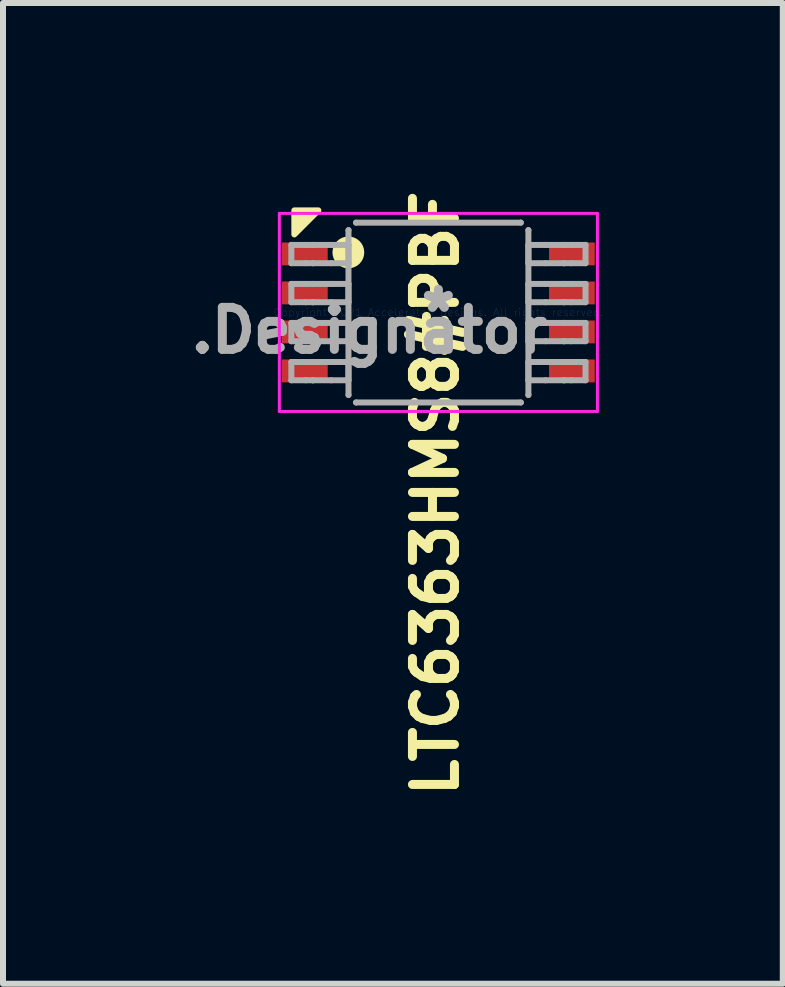
<source format=kicad_pcb>
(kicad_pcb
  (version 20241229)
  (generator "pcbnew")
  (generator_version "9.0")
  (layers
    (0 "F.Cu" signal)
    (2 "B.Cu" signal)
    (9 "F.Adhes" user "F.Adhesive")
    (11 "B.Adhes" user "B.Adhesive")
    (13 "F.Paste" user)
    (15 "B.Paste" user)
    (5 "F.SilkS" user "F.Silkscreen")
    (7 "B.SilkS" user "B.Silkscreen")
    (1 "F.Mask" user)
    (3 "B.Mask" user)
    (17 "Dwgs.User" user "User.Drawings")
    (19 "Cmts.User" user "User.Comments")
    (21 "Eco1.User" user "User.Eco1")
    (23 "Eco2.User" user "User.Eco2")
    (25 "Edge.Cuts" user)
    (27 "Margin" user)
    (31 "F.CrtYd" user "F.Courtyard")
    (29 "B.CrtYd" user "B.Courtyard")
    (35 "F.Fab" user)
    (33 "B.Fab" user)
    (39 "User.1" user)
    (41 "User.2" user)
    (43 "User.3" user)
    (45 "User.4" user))
  (footprint "LTC6363HMS8#PBF"
    (layer "F.Cu")
    (at 4.255 2.156)
    (property "Reference" "LTC6363HMS8#PBF" (at -0.048 3.016 270) (layer "F.SilkS") (effects (font (size 0.7 0.7) (thickness 0.15))))
    (attr through_hole)
    (fp_circle (center -1.5 -1) (end -1.35 -1) (stroke (width 0.23) (type default)) (fill no) (layer "F.SilkS"))
    (fp_poly (pts (xy -2.4 -1.3) (xy -2.4 -1.7) (xy -2 -1.7)) (stroke (width 0.1) (type solid)) (fill yes) (layer "F.SilkS"))
    (fp_line (start -2.65 -1.65) (end 2.65 -1.65) (stroke (width 0.05) (type solid)) (layer "F.CrtYd"))
    (fp_line (start -2.65 1.65) (end -2.65 -1.65) (stroke (width 0.05) (type solid)) (layer "F.CrtYd"))
    (fp_line (start -2.65 1.65) (end 2.65 1.65) (stroke (width 0.05) (type solid)) (layer "F.CrtYd"))
    (fp_line (start 2.65 1.65) (end 2.65 -1.65) (stroke (width 0.05) (type solid)) (layer "F.CrtYd"))
    (fp_line (start -2.45 -1.125) (end -2.21 -1.125) (stroke (width 0.1) (type solid)) (layer "F.Fab"))
    (fp_line (start -2.45 -0.82) (end -2.45 -1.125) (stroke (width 0.1) (type solid)) (layer "F.Fab"))
    (fp_line (start -2.45 -0.82) (end -2.21 -0.82) (stroke (width 0.1) (type solid)) (layer "F.Fab"))
    (fp_line (start -2.45 -0.475) (end -2.21 -0.475) (stroke (width 0.1) (type solid)) (layer "F.Fab"))
    (fp_line (start -2.45 -0.17) (end -2.45 -0.475) (stroke (width 0.1) (type solid)) (layer "F.Fab"))
    (fp_line (start -2.45 -0.17) (end -2.21 -0.17) (stroke (width 0.1) (type solid)) (layer "F.Fab"))
    (fp_line (start -2.45 0.175) (end -2.21 0.175) (stroke (width 0.1) (type solid)) (layer "F.Fab"))
    (fp_line (start -2.45 0.48) (end -2.45 0.175) (stroke (width 0.1) (type solid)) (layer "F.Fab"))
    (fp_line (start -2.45 0.48) (end -2.21 0.48) (stroke (width 0.1) (type solid)) (layer "F.Fab"))
    (fp_line (start -2.45 0.826) (end -2.21 0.826) (stroke (width 0.1) (type solid)) (layer "F.Fab"))
    (fp_line (start -2.45 1.131) (end -2.45 0.826) (stroke (width 0.1) (type solid)) (layer "F.Fab"))
    (fp_line (start -2.45 1.131) (end -2.21 1.131) (stroke (width 0.1) (type solid)) (layer "F.Fab"))
    (fp_line (start -2.21 -1.125) (end -2.091 -1.125) (stroke (width 0.1) (type solid)) (layer "F.Fab"))
    (fp_line (start -2.21 -0.82) (end -2.091 -0.82) (stroke (width 0.1) (type solid)) (layer "F.Fab"))
    (fp_line (start -2.21 -0.475) (end -2.091 -0.475) (stroke (width 0.1) (type solid)) (layer "F.Fab"))
    (fp_line (start -2.21 -0.17) (end -2.091 -0.17) (stroke (width 0.1) (type solid)) (layer "F.Fab"))
    (fp_line (start -2.21 0.175) (end -2.091 0.175) (stroke (width 0.1) (type solid)) (layer "F.Fab"))
    (fp_line (start -2.21 0.48) (end -2.091 0.48) (stroke (width 0.1) (type solid)) (layer "F.Fab"))
    (fp_line (start -2.21 0.826) (end -2.091 0.826) (stroke (width 0.1) (type solid)) (layer "F.Fab"))
    (fp_line (start -2.21 1.131) (end -2.091 1.131) (stroke (width 0.1) (type solid)) (layer "F.Fab"))
    (fp_line (start -2.091 -1.125) (end -2.087 -1.125) (stroke (width 0.1) (type solid)) (layer "F.Fab"))
    (fp_line (start -2.091 -0.82) (end -2.087 -0.82) (stroke (width 0.1) (type solid)) (layer "F.Fab"))
    (fp_line (start -2.091 -0.475) (end -2.087 -0.475) (stroke (width 0.1) (type solid)) (layer "F.Fab"))
    (fp_line (start -2.091 -0.17) (end -2.087 -0.17) (stroke (width 0.1) (type solid)) (layer "F.Fab"))
    (fp_line (start -2.091 0.175) (end -2.087 0.175) (stroke (width 0.1) (type solid)) (layer "F.Fab"))
    (fp_line (start -2.091 0.48) (end -2.087 0.48) (stroke (width 0.1) (type solid)) (layer "F.Fab"))
    (fp_line (start -2.091 0.826) (end -2.087 0.826) (stroke (width 0.1) (type solid)) (layer "F.Fab"))
    (fp_line (start -2.091 1.131) (end -2.087 1.131) (stroke (width 0.1) (type solid)) (layer "F.Fab"))
    (fp_line (start -2.087 -1.125) (end -1.784 -1.125) (stroke (width 0.1) (type solid)) (layer "F.Fab"))
    (fp_line (start -2.087 -0.82) (end -1.784 -0.82) (stroke (width 0.1) (type solid)) (layer "F.Fab"))
    (fp_line (start -2.087 -0.475) (end -1.784 -0.475) (stroke (width 0.1) (type solid)) (layer "F.Fab"))
    (fp_line (start -2.087 -0.17) (end -1.784 -0.17) (stroke (width 0.1) (type solid)) (layer "F.Fab"))
    (fp_line (start -2.087 0.175) (end -1.784 0.175) (stroke (width 0.1) (type solid)) (layer "F.Fab"))
    (fp_line (start -2.087 0.48) (end -1.784 0.48) (stroke (width 0.1) (type solid)) (layer "F.Fab"))
    (fp_line (start -2.087 0.826) (end -1.784 0.826) (stroke (width 0.1) (type solid)) (layer "F.Fab"))
    (fp_line (start -2.087 1.131) (end -1.784 1.131) (stroke (width 0.1) (type solid)) (layer "F.Fab"))
    (fp_line (start -1.784 -1.125) (end -1.498 -1.125) (stroke (width 0.1) (type solid)) (layer "F.Fab"))
    (fp_line (start -1.784 -0.82) (end -1.498 -0.82) (stroke (width 0.1) (type solid)) (layer "F.Fab"))
    (fp_line (start -1.784 -0.475) (end -1.498 -0.475) (stroke (width 0.1) (type solid)) (layer "F.Fab"))
    (fp_line (start -1.784 -0.17) (end -1.498 -0.17) (stroke (width 0.1) (type solid)) (layer "F.Fab"))
    (fp_line (start -1.784 0.175) (end -1.498 0.175) (stroke (width 0.1) (type solid)) (layer "F.Fab"))
    (fp_line (start -1.784 0.48) (end -1.498 0.48) (stroke (width 0.1) (type solid)) (layer "F.Fab"))
    (fp_line (start -1.784 0.826) (end -1.498 0.826) (stroke (width 0.1) (type solid)) (layer "F.Fab"))
    (fp_line (start -1.784 1.131) (end -1.498 1.131) (stroke (width 0.1) (type solid)) (layer "F.Fab"))
    (fp_line (start -1.498 -1.369) (end -1.497 -1.372) (stroke (width 0.1) (type solid)) (layer "F.Fab"))
    (fp_line (start -1.498 -0.82) (end -1.498 -1.125) (stroke (width 0.1) (type solid)) (layer "F.Fab"))
    (fp_line (start -1.498 -0.17) (end -1.498 -0.475) (stroke (width 0.1) (type solid)) (layer "F.Fab"))
    (fp_line (start -1.498 0.48) (end -1.498 0.175) (stroke (width 0.1) (type solid)) (layer "F.Fab"))
    (fp_line (start -1.498 1.131) (end -1.498 0.826) (stroke (width 0.1) (type solid)) (layer "F.Fab"))
    (fp_line (start -1.498 1.374) (end -1.498 -1.369) (stroke (width 0.1) (type solid)) (layer "F.Fab"))
    (fp_line (start -1.498 1.374) (end -1.497 1.377) (stroke (width 0.1) (type solid)) (layer "F.Fab"))
    (fp_line (start -1.373 -1.496) (end -1.371 -1.496) (stroke (width 0.1) (type solid)) (layer "F.Fab"))
    (fp_line (start -1.373 1.501) (end -1.371 1.501) (stroke (width 0.1) (type solid)) (layer "F.Fab"))
    (fp_line (start -1.371 -1.496) (end 1.373 -1.496) (stroke (width 0.1) (type solid)) (layer "F.Fab"))
    (fp_line (start -1.371 1.501) (end 1.373 1.501) (stroke (width 0.1) (type solid)) (layer "F.Fab"))
    (fp_line (start 1.373 -1.496) (end 1.375 -1.496) (stroke (width 0.1) (type solid)) (layer "F.Fab"))
    (fp_line (start 1.373 1.501) (end 1.375 1.501) (stroke (width 0.1) (type solid)) (layer "F.Fab"))
    (fp_line (start 1.5 -1.372) (end 1.5 -1.369) (stroke (width 0.1) (type solid)) (layer "F.Fab"))
    (fp_line (start 1.5 1.377) (end 1.5 1.374) (stroke (width 0.1) (type solid)) (layer "F.Fab"))
    (fp_line (start 1.5 -1.125) (end 1.786 -1.125) (stroke (width 0.1) (type solid)) (layer "F.Fab"))
    (fp_line (start 1.5 -0.82) (end 1.5 -1.125) (stroke (width 0.1) (type solid)) (layer "F.Fab"))
    (fp_line (start 1.5 -0.82) (end 1.786 -0.82) (stroke (width 0.1) (type solid)) (layer "F.Fab"))
    (fp_line (start 1.5 -0.475) (end 1.786 -0.475) (stroke (width 0.1) (type solid)) (layer "F.Fab"))
    (fp_line (start 1.5 -0.17) (end 1.5 -0.475) (stroke (width 0.1) (type solid)) (layer "F.Fab"))
    (fp_line (start 1.5 -0.17) (end 1.786 -0.17) (stroke (width 0.1) (type solid)) (layer "F.Fab"))
    (fp_line (start 1.5 0.175) (end 1.786 0.175) (stroke (width 0.1) (type solid)) (layer "F.Fab"))
    (fp_line (start 1.5 0.48) (end 1.5 0.175) (stroke (width 0.1) (type solid)) (layer "F.Fab"))
    (fp_line (start 1.5 0.48) (end 1.786 0.48) (stroke (width 0.1) (type solid)) (layer "F.Fab"))
    (fp_line (start 1.5 0.826) (end 1.786 0.826) (stroke (width 0.1) (type solid)) (layer "F.Fab"))
    (fp_line (start 1.5 1.131) (end 1.5 0.826) (stroke (width 0.1) (type solid)) (layer "F.Fab"))
    (fp_line (start 1.5 1.131) (end 1.786 1.131) (stroke (width 0.1) (type solid)) (layer "F.Fab"))
    (fp_line (start 1.5 1.374) (end 1.5 -1.369) (stroke (width 0.1) (type solid)) (layer "F.Fab"))
    (fp_line (start 1.786 -1.125) (end 2.089 -1.125) (stroke (width 0.1) (type solid)) (layer "F.Fab"))
    (fp_line (start 1.786 -0.82) (end 2.089 -0.82) (stroke (width 0.1) (type solid)) (layer "F.Fab"))
    (fp_line (start 1.786 -0.475) (end 2.089 -0.475) (stroke (width 0.1) (type solid)) (layer "F.Fab"))
    (fp_line (start 1.786 -0.17) (end 2.089 -0.17) (stroke (width 0.1) (type solid)) (layer "F.Fab"))
    (fp_line (start 1.786 0.175) (end 2.089 0.175) (stroke (width 0.1) (type solid)) (layer "F.Fab"))
    (fp_line (start 1.786 0.48) (end 2.089 0.48) (stroke (width 0.1) (type solid)) (layer "F.Fab"))
    (fp_line (start 1.786 0.826) (end 2.089 0.826) (stroke (width 0.1) (type solid)) (layer "F.Fab"))
    (fp_line (start 1.786 1.131) (end 2.089 1.131) (stroke (width 0.1) (type solid)) (layer "F.Fab"))
    (fp_line (start 2.089 -1.125) (end 2.093 -1.125) (stroke (width 0.1) (type solid)) (layer "F.Fab"))
    (fp_line (start 2.089 -0.82) (end 2.093 -0.82) (stroke (width 0.1) (type solid)) (layer "F.Fab"))
    (fp_line (start 2.089 -0.475) (end 2.093 -0.475) (stroke (width 0.1) (type solid)) (layer "F.Fab"))
    (fp_line (start 2.089 -0.17) (end 2.093 -0.17) (stroke (width 0.1) (type solid)) (layer "F.Fab"))
    (fp_line (start 2.089 0.175) (end 2.093 0.175) (stroke (width 0.1) (type solid)) (layer "F.Fab"))
    (fp_line (start 2.089 0.48) (end 2.093 0.48) (stroke (width 0.1) (type solid)) (layer "F.Fab"))
    (fp_line (start 2.089 0.826) (end 2.093 0.826) (stroke (width 0.1) (type solid)) (layer "F.Fab"))
    (fp_line (start 2.089 1.131) (end 2.093 1.131) (stroke (width 0.1) (type solid)) (layer "F.Fab"))
    (fp_line (start 2.093 -1.125) (end 2.213 -1.125) (stroke (width 0.1) (type solid)) (layer "F.Fab"))
    (fp_line (start 2.093 -0.82) (end 2.213 -0.82) (stroke (width 0.1) (type solid)) (layer "F.Fab"))
    (fp_line (start 2.093 -0.475) (end 2.213 -0.475) (stroke (width 0.1) (type solid)) (layer "F.Fab"))
    (fp_line (start 2.093 -0.17) (end 2.213 -0.17) (stroke (width 0.1) (type solid)) (layer "F.Fab"))
    (fp_line (start 2.093 0.175) (end 2.213 0.175) (stroke (width 0.1) (type solid)) (layer "F.Fab"))
    (fp_line (start 2.093 0.48) (end 2.213 0.48) (stroke (width 0.1) (type solid)) (layer "F.Fab"))
    (fp_line (start 2.093 0.826) (end 2.213 0.826) (stroke (width 0.1) (type solid)) (layer "F.Fab"))
    (fp_line (start 2.093 1.131) (end 2.213 1.131) (stroke (width 0.1) (type solid)) (layer "F.Fab"))
    (fp_line (start 2.213 -1.125) (end 2.452 -1.125) (stroke (width 0.1) (type solid)) (layer "F.Fab"))
    (fp_line (start 2.213 -0.82) (end 2.452 -0.82) (stroke (width 0.1) (type solid)) (layer "F.Fab"))
    (fp_line (start 2.213 -0.475) (end 2.452 -0.475) (stroke (width 0.1) (type solid)) (layer "F.Fab"))
    (fp_line (start 2.213 -0.17) (end 2.452 -0.17) (stroke (width 0.1) (type solid)) (layer "F.Fab"))
    (fp_line (start 2.213 0.175) (end 2.452 0.175) (stroke (width 0.1) (type solid)) (layer "F.Fab"))
    (fp_line (start 2.213 0.48) (end 2.452 0.48) (stroke (width 0.1) (type solid)) (layer "F.Fab"))
    (fp_line (start 2.213 0.826) (end 2.452 0.826) (stroke (width 0.1) (type solid)) (layer "F.Fab"))
    (fp_line (start 2.213 1.131) (end 2.452 1.131) (stroke (width 0.1) (type solid)) (layer "F.Fab"))
    (fp_line (start 2.452 -0.82) (end 2.452 -1.125) (stroke (width 0.1) (type solid)) (layer "F.Fab"))
    (fp_line (start 2.452 -0.17) (end 2.452 -0.475) (stroke (width 0.1) (type solid)) (layer "F.Fab"))
    (fp_line (start 2.452 0.48) (end 2.452 0.175) (stroke (width 0.1) (type solid)) (layer "F.Fab"))
    (fp_line (start 2.452 1.131) (end 2.452 0.826) (stroke (width 0.1) (type solid)) (layer "F.Fab"))
    (fp_text user "Copyright 2021 Accelerated Designs. All rights reserved." (at 0 0 180) (layer "Cmts.User") (effects (font (size 0.127 0.127) (thickness 0.002))))
    (fp_text user "*" (at 0 0 180) (layer "F.Fab") (effects (font (size 0.7 0.7) (thickness 0.15))))
    (fp_text user ".Designator" (at -1.15 0.3 180) (layer "F.Fab") (effects (font (size 0.7 0.7) (thickness 0.15))))
    (pad "1" smd rect (at -2.225 -0.975 90) (size 0.381 0.762) (layers "F.Cu" "F.Mask" "F.Paste"))
    (pad "2" smd rect (at -2.225 -0.325 90) (size 0.381 0.762) (layers "F.Cu" "F.Mask" "F.Paste"))
    (pad "3" smd rect (at -2.225 0.325 90) (size 0.381 0.762) (layers "F.Cu" "F.Mask" "F.Paste"))
    (pad "4" smd rect (at -2.225 0.975 90) (size 0.381 0.762) (layers "F.Cu" "F.Mask" "F.Paste"))
    (pad "5" smd rect (at 2.225 0.975 90) (size 0.381 0.762) (layers "F.Cu" "F.Mask" "F.Paste"))
    (pad "6" smd rect (at 2.225 0.325 90) (size 0.381 0.762) (layers "F.Cu" "F.Mask" "F.Paste"))
    (pad "7" smd rect (at 2.225 -0.325 90) (size 0.381 0.762) (layers "F.Cu" "F.Mask" "F.Paste"))
    (pad "8" smd rect (at 2.225 -0.975 90) (size 0.381 0.762) (layers "F.Cu" "F.Mask" "F.Paste")))
  (gr_rect
    (start -3 -3)
    (end 9.994 13.343)
    (stroke (width 0.1) (type default))
    (fill no)
    (layer "Edge.Cuts")))
</source>
